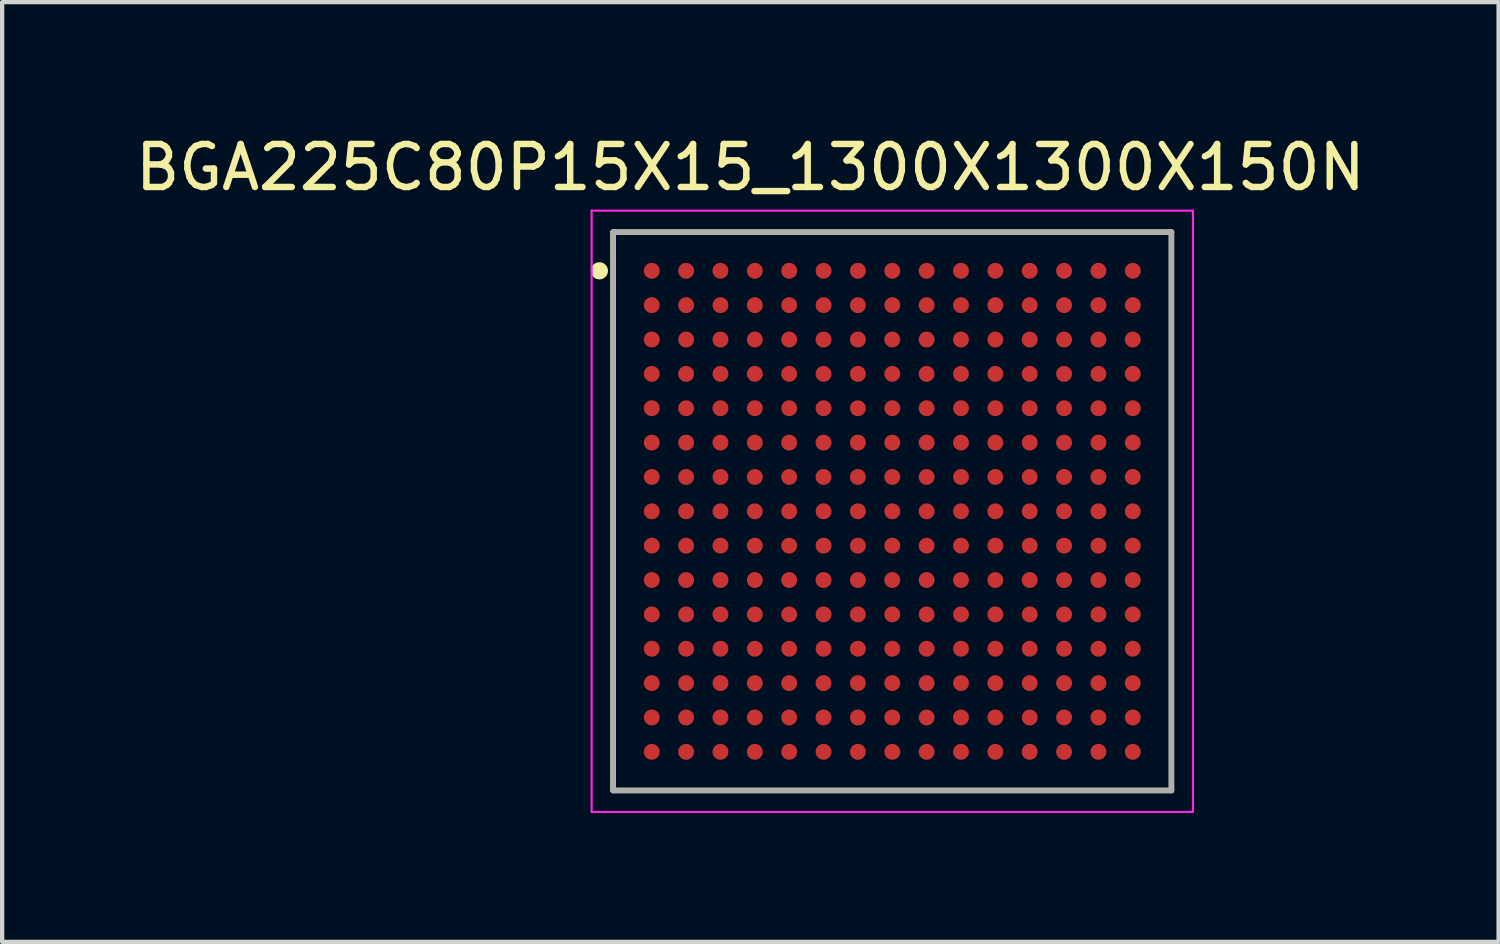
<source format=kicad_pcb>
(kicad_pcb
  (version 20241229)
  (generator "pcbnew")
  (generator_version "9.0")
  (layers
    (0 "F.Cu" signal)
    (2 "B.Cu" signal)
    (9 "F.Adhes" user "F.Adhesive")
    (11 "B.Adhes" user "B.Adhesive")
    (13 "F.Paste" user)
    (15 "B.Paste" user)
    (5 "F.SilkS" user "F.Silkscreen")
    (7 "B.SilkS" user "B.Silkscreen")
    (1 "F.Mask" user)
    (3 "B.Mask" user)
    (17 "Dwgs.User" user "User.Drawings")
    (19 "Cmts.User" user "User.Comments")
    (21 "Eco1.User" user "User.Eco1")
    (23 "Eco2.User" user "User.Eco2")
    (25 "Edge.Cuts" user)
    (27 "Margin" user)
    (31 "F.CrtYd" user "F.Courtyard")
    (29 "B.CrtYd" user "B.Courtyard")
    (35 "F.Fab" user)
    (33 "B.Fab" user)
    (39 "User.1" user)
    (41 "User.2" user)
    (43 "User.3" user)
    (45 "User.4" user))
  (footprint "BGA225C80P15X15_1300X1300X150N"
    (layer "F.Cu")
    (at 17.725 8.855)
    (property "Reference" "BGA225C80P15X15_1300X1300X150N" (at -3.304 -8.007 0) (layer "F.SilkS") (effects (font (size 1.001 1.001) (thickness 0.15))))
    (attr smd)
    (fp_line (start -6.5 -6.5) (end 6.5 -6.5) (stroke (width 0.127) (type solid)) (layer "F.SilkS"))
    (fp_line (start -6.5 6.5) (end -6.5 -6.5) (stroke (width 0.127) (type solid)) (layer "F.SilkS"))
    (fp_line (start 6.5 -6.5) (end 6.5 6.5) (stroke (width 0.127) (type solid)) (layer "F.SilkS"))
    (fp_line (start 6.5 6.5) (end -6.5 6.5) (stroke (width 0.127) (type solid)) (layer "F.SilkS"))
    (fp_circle (center -6.819 -5.6) (end -6.719 -5.6) (stroke (width 0.2) (type solid)) (fill no) (layer "F.SilkS"))
    (fp_line (start -7 -7) (end 7 -7) (stroke (width 0.05) (type solid)) (layer "F.CrtYd"))
    (fp_line (start -7 7) (end -7 -7) (stroke (width 0.05) (type solid)) (layer "F.CrtYd"))
    (fp_line (start 7 -7) (end 7 7) (stroke (width 0.05) (type solid)) (layer "F.CrtYd"))
    (fp_line (start 7 7) (end -7 7) (stroke (width 0.05) (type solid)) (layer "F.CrtYd"))
    (fp_line (start -6.5 -6.5) (end 6.5 -6.5) (stroke (width 0.127) (type solid)) (layer "F.Fab"))
    (fp_line (start -6.5 6.5) (end -6.5 -6.5) (stroke (width 0.127) (type solid)) (layer "F.Fab"))
    (fp_line (start 6.5 -6.5) (end 6.5 6.5) (stroke (width 0.127) (type solid)) (layer "F.Fab"))
    (fp_line (start 6.5 6.5) (end -6.5 6.5) (stroke (width 0.127) (type solid)) (layer "F.Fab"))
    (pad "A1" smd circle (at -5.6 -5.6) (size 0.37 0.37) (layers "F.Cu" "F.Mask" "F.Paste"))
    (pad "A2" smd circle (at -4.8 -5.6) (size 0.37 0.37) (layers "F.Cu" "F.Mask" "F.Paste"))
    (pad "A3" smd circle (at -4 -5.6) (size 0.37 0.37) (layers "F.Cu" "F.Mask" "F.Paste"))
    (pad "A4" smd circle (at -3.2 -5.6) (size 0.37 0.37) (layers "F.Cu" "F.Mask" "F.Paste"))
    (pad "A5" smd circle (at -2.4 -5.6) (size 0.37 0.37) (layers "F.Cu" "F.Mask" "F.Paste"))
    (pad "A6" smd circle (at -1.6 -5.6) (size 0.37 0.37) (layers "F.Cu" "F.Mask" "F.Paste"))
    (pad "A7" smd circle (at -0.8 -5.6) (size 0.37 0.37) (layers "F.Cu" "F.Mask" "F.Paste"))
    (pad "A8" smd circle (at 0 -5.6) (size 0.37 0.37) (layers "F.Cu" "F.Mask" "F.Paste"))
    (pad "A9" smd circle (at 0.8 -5.6) (size 0.37 0.37) (layers "F.Cu" "F.Mask" "F.Paste"))
    (pad "A10" smd circle (at 1.6 -5.6) (size 0.37 0.37) (layers "F.Cu" "F.Mask" "F.Paste"))
    (pad "A11" smd circle (at 2.4 -5.6) (size 0.37 0.37) (layers "F.Cu" "F.Mask" "F.Paste"))
    (pad "A12" smd circle (at 3.2 -5.6) (size 0.37 0.37) (layers "F.Cu" "F.Mask" "F.Paste"))
    (pad "A13" smd circle (at 4 -5.6) (size 0.37 0.37) (layers "F.Cu" "F.Mask" "F.Paste"))
    (pad "A14" smd circle (at 4.8 -5.6) (size 0.37 0.37) (layers "F.Cu" "F.Mask" "F.Paste"))
    (pad "A15" smd circle (at 5.6 -5.6) (size 0.37 0.37) (layers "F.Cu" "F.Mask" "F.Paste"))
    (pad "B1" smd circle (at -5.6 -4.8) (size 0.37 0.37) (layers "F.Cu" "F.Mask" "F.Paste"))
    (pad "B2" smd circle (at -4.8 -4.8) (size 0.37 0.37) (layers "F.Cu" "F.Mask" "F.Paste"))
    (pad "B3" smd circle (at -4 -4.8) (size 0.37 0.37) (layers "F.Cu" "F.Mask" "F.Paste"))
    (pad "B4" smd circle (at -3.2 -4.8) (size 0.37 0.37) (layers "F.Cu" "F.Mask" "F.Paste"))
    (pad "B5" smd circle (at -2.4 -4.8) (size 0.37 0.37) (layers "F.Cu" "F.Mask" "F.Paste"))
    (pad "B6" smd circle (at -1.6 -4.8) (size 0.37 0.37) (layers "F.Cu" "F.Mask" "F.Paste"))
    (pad "B7" smd circle (at -0.8 -4.8) (size 0.37 0.37) (layers "F.Cu" "F.Mask" "F.Paste"))
    (pad "B8" smd circle (at 0 -4.8) (size 0.37 0.37) (layers "F.Cu" "F.Mask" "F.Paste"))
    (pad "B9" smd circle (at 0.8 -4.8) (size 0.37 0.37) (layers "F.Cu" "F.Mask" "F.Paste"))
    (pad "B10" smd circle (at 1.6 -4.8) (size 0.37 0.37) (layers "F.Cu" "F.Mask" "F.Paste"))
    (pad "B11" smd circle (at 2.4 -4.8) (size 0.37 0.37) (layers "F.Cu" "F.Mask" "F.Paste"))
    (pad "B12" smd circle (at 3.2 -4.8) (size 0.37 0.37) (layers "F.Cu" "F.Mask" "F.Paste"))
    (pad "B13" smd circle (at 4 -4.8) (size 0.37 0.37) (layers "F.Cu" "F.Mask" "F.Paste"))
    (pad "B14" smd circle (at 4.8 -4.8) (size 0.37 0.37) (layers "F.Cu" "F.Mask" "F.Paste"))
    (pad "B15" smd circle (at 5.6 -4.8) (size 0.37 0.37) (layers "F.Cu" "F.Mask" "F.Paste"))
    (pad "C1" smd circle (at -5.6 -4) (size 0.37 0.37) (layers "F.Cu" "F.Mask" "F.Paste"))
    (pad "C2" smd circle (at -4.8 -4) (size 0.37 0.37) (layers "F.Cu" "F.Mask" "F.Paste"))
    (pad "C3" smd circle (at -4 -4) (size 0.37 0.37) (layers "F.Cu" "F.Mask" "F.Paste"))
    (pad "C4" smd circle (at -3.2 -4) (size 0.37 0.37) (layers "F.Cu" "F.Mask" "F.Paste"))
    (pad "C5" smd circle (at -2.4 -4) (size 0.37 0.37) (layers "F.Cu" "F.Mask" "F.Paste"))
    (pad "C6" smd circle (at -1.6 -4) (size 0.37 0.37) (layers "F.Cu" "F.Mask" "F.Paste"))
    (pad "C7" smd circle (at -0.8 -4) (size 0.37 0.37) (layers "F.Cu" "F.Mask" "F.Paste"))
    (pad "C8" smd circle (at 0 -4) (size 0.37 0.37) (layers "F.Cu" "F.Mask" "F.Paste"))
    (pad "C9" smd circle (at 0.8 -4) (size 0.37 0.37) (layers "F.Cu" "F.Mask" "F.Paste"))
    (pad "C10" smd circle (at 1.6 -4) (size 0.37 0.37) (layers "F.Cu" "F.Mask" "F.Paste"))
    (pad "C11" smd circle (at 2.4 -4) (size 0.37 0.37) (layers "F.Cu" "F.Mask" "F.Paste"))
    (pad "C12" smd circle (at 3.2 -4) (size 0.37 0.37) (layers "F.Cu" "F.Mask" "F.Paste"))
    (pad "C13" smd circle (at 4 -4) (size 0.37 0.37) (layers "F.Cu" "F.Mask" "F.Paste"))
    (pad "C14" smd circle (at 4.8 -4) (size 0.37 0.37) (layers "F.Cu" "F.Mask" "F.Paste"))
    (pad "C15" smd circle (at 5.6 -4) (size 0.37 0.37) (layers "F.Cu" "F.Mask" "F.Paste"))
    (pad "D1" smd circle (at -5.6 -3.2) (size 0.37 0.37) (layers "F.Cu" "F.Mask" "F.Paste"))
    (pad "D2" smd circle (at -4.8 -3.2) (size 0.37 0.37) (layers "F.Cu" "F.Mask" "F.Paste"))
    (pad "D3" smd circle (at -4 -3.2) (size 0.37 0.37) (layers "F.Cu" "F.Mask" "F.Paste"))
    (pad "D4" smd circle (at -3.2 -3.2) (size 0.37 0.37) (layers "F.Cu" "F.Mask" "F.Paste"))
    (pad "D5" smd circle (at -2.4 -3.2) (size 0.37 0.37) (layers "F.Cu" "F.Mask" "F.Paste"))
    (pad "D6" smd circle (at -1.6 -3.2) (size 0.37 0.37) (layers "F.Cu" "F.Mask" "F.Paste"))
    (pad "D7" smd circle (at -0.8 -3.2) (size 0.37 0.37) (layers "F.Cu" "F.Mask" "F.Paste"))
    (pad "D8" smd circle (at 0 -3.2) (size 0.37 0.37) (layers "F.Cu" "F.Mask" "F.Paste"))
    (pad "D9" smd circle (at 0.8 -3.2) (size 0.37 0.37) (layers "F.Cu" "F.Mask" "F.Paste"))
    (pad "D10" smd circle (at 1.6 -3.2) (size 0.37 0.37) (layers "F.Cu" "F.Mask" "F.Paste"))
    (pad "D11" smd circle (at 2.4 -3.2) (size 0.37 0.37) (layers "F.Cu" "F.Mask" "F.Paste"))
    (pad "D12" smd circle (at 3.2 -3.2) (size 0.37 0.37) (layers "F.Cu" "F.Mask" "F.Paste"))
    (pad "D13" smd circle (at 4 -3.2) (size 0.37 0.37) (layers "F.Cu" "F.Mask" "F.Paste"))
    (pad "D14" smd circle (at 4.8 -3.2) (size 0.37 0.37) (layers "F.Cu" "F.Mask" "F.Paste"))
    (pad "D15" smd circle (at 5.6 -3.2) (size 0.37 0.37) (layers "F.Cu" "F.Mask" "F.Paste"))
    (pad "E1" smd circle (at -5.6 -2.4) (size 0.37 0.37) (layers "F.Cu" "F.Mask" "F.Paste"))
    (pad "E2" smd circle (at -4.8 -2.4) (size 0.37 0.37) (layers "F.Cu" "F.Mask" "F.Paste"))
    (pad "E3" smd circle (at -4 -2.4) (size 0.37 0.37) (layers "F.Cu" "F.Mask" "F.Paste"))
    (pad "E4" smd circle (at -3.2 -2.4) (size 0.37 0.37) (layers "F.Cu" "F.Mask" "F.Paste"))
    (pad "E5" smd circle (at -2.4 -2.4) (size 0.37 0.37) (layers "F.Cu" "F.Mask" "F.Paste"))
    (pad "E6" smd circle (at -1.6 -2.4) (size 0.37 0.37) (layers "F.Cu" "F.Mask" "F.Paste"))
    (pad "E7" smd circle (at -0.8 -2.4) (size 0.37 0.37) (layers "F.Cu" "F.Mask" "F.Paste"))
    (pad "E8" smd circle (at 0 -2.4) (size 0.37 0.37) (layers "F.Cu" "F.Mask" "F.Paste"))
    (pad "E9" smd circle (at 0.8 -2.4) (size 0.37 0.37) (layers "F.Cu" "F.Mask" "F.Paste"))
    (pad "E10" smd circle (at 1.6 -2.4) (size 0.37 0.37) (layers "F.Cu" "F.Mask" "F.Paste"))
    (pad "E11" smd circle (at 2.4 -2.4) (size 0.37 0.37) (layers "F.Cu" "F.Mask" "F.Paste"))
    (pad "E12" smd circle (at 3.2 -2.4) (size 0.37 0.37) (layers "F.Cu" "F.Mask" "F.Paste"))
    (pad "E13" smd circle (at 4 -2.4) (size 0.37 0.37) (layers "F.Cu" "F.Mask" "F.Paste"))
    (pad "E14" smd circle (at 4.8 -2.4) (size 0.37 0.37) (layers "F.Cu" "F.Mask" "F.Paste"))
    (pad "E15" smd circle (at 5.6 -2.4) (size 0.37 0.37) (layers "F.Cu" "F.Mask" "F.Paste"))
    (pad "F1" smd circle (at -5.6 -1.6) (size 0.37 0.37) (layers "F.Cu" "F.Mask" "F.Paste"))
    (pad "F2" smd circle (at -4.8 -1.6) (size 0.37 0.37) (layers "F.Cu" "F.Mask" "F.Paste"))
    (pad "F3" smd circle (at -4 -1.6) (size 0.37 0.37) (layers "F.Cu" "F.Mask" "F.Paste"))
    (pad "F4" smd circle (at -3.2 -1.6) (size 0.37 0.37) (layers "F.Cu" "F.Mask" "F.Paste"))
    (pad "F5" smd circle (at -2.4 -1.6) (size 0.37 0.37) (layers "F.Cu" "F.Mask" "F.Paste"))
    (pad "F6" smd circle (at -1.6 -1.6) (size 0.37 0.37) (layers "F.Cu" "F.Mask" "F.Paste"))
    (pad "F7" smd circle (at -0.8 -1.6) (size 0.37 0.37) (layers "F.Cu" "F.Mask" "F.Paste"))
    (pad "F8" smd circle (at 0 -1.6) (size 0.37 0.37) (layers "F.Cu" "F.Mask" "F.Paste"))
    (pad "F9" smd circle (at 0.8 -1.6) (size 0.37 0.37) (layers "F.Cu" "F.Mask" "F.Paste"))
    (pad "F10" smd circle (at 1.6 -1.6) (size 0.37 0.37) (layers "F.Cu" "F.Mask" "F.Paste"))
    (pad "F11" smd circle (at 2.4 -1.6) (size 0.37 0.37) (layers "F.Cu" "F.Mask" "F.Paste"))
    (pad "F12" smd circle (at 3.2 -1.6) (size 0.37 0.37) (layers "F.Cu" "F.Mask" "F.Paste"))
    (pad "F13" smd circle (at 4 -1.6) (size 0.37 0.37) (layers "F.Cu" "F.Mask" "F.Paste"))
    (pad "F14" smd circle (at 4.8 -1.6) (size 0.37 0.37) (layers "F.Cu" "F.Mask" "F.Paste"))
    (pad "F15" smd circle (at 5.6 -1.6) (size 0.37 0.37) (layers "F.Cu" "F.Mask" "F.Paste"))
    (pad "G1" smd circle (at -5.6 -0.8) (size 0.37 0.37) (layers "F.Cu" "F.Mask" "F.Paste"))
    (pad "G2" smd circle (at -4.8 -0.8) (size 0.37 0.37) (layers "F.Cu" "F.Mask" "F.Paste"))
    (pad "G3" smd circle (at -4 -0.8) (size 0.37 0.37) (layers "F.Cu" "F.Mask" "F.Paste"))
    (pad "G4" smd circle (at -3.2 -0.8) (size 0.37 0.37) (layers "F.Cu" "F.Mask" "F.Paste"))
    (pad "G5" smd circle (at -2.4 -0.8) (size 0.37 0.37) (layers "F.Cu" "F.Mask" "F.Paste"))
    (pad "G6" smd circle (at -1.6 -0.8) (size 0.37 0.37) (layers "F.Cu" "F.Mask" "F.Paste"))
    (pad "G7" smd circle (at -0.8 -0.8) (size 0.37 0.37) (layers "F.Cu" "F.Mask" "F.Paste"))
    (pad "G8" smd circle (at 0 -0.8) (size 0.37 0.37) (layers "F.Cu" "F.Mask" "F.Paste"))
    (pad "G9" smd circle (at 0.8 -0.8) (size 0.37 0.37) (layers "F.Cu" "F.Mask" "F.Paste"))
    (pad "G10" smd circle (at 1.6 -0.8) (size 0.37 0.37) (layers "F.Cu" "F.Mask" "F.Paste"))
    (pad "G11" smd circle (at 2.4 -0.8) (size 0.37 0.37) (layers "F.Cu" "F.Mask" "F.Paste"))
    (pad "G12" smd circle (at 3.2 -0.8) (size 0.37 0.37) (layers "F.Cu" "F.Mask" "F.Paste"))
    (pad "G13" smd circle (at 4 -0.8) (size 0.37 0.37) (layers "F.Cu" "F.Mask" "F.Paste"))
    (pad "G14" smd circle (at 4.8 -0.8) (size 0.37 0.37) (layers "F.Cu" "F.Mask" "F.Paste"))
    (pad "G15" smd circle (at 5.6 -0.8) (size 0.37 0.37) (layers "F.Cu" "F.Mask" "F.Paste"))
    (pad "H1" smd circle (at -5.6 0) (size 0.37 0.37) (layers "F.Cu" "F.Mask" "F.Paste"))
    (pad "H2" smd circle (at -4.8 0) (size 0.37 0.37) (layers "F.Cu" "F.Mask" "F.Paste"))
    (pad "H3" smd circle (at -4 0) (size 0.37 0.37) (layers "F.Cu" "F.Mask" "F.Paste"))
    (pad "H4" smd circle (at -3.2 0) (size 0.37 0.37) (layers "F.Cu" "F.Mask" "F.Paste"))
    (pad "H5" smd circle (at -2.4 0) (size 0.37 0.37) (layers "F.Cu" "F.Mask" "F.Paste"))
    (pad "H6" smd circle (at -1.6 0) (size 0.37 0.37) (layers "F.Cu" "F.Mask" "F.Paste"))
    (pad "H7" smd circle (at -0.8 0) (size 0.37 0.37) (layers "F.Cu" "F.Mask" "F.Paste"))
    (pad "H8" smd circle (at 0 0) (size 0.37 0.37) (layers "F.Cu" "F.Mask" "F.Paste"))
    (pad "H9" smd circle (at 0.8 0) (size 0.37 0.37) (layers "F.Cu" "F.Mask" "F.Paste"))
    (pad "H10" smd circle (at 1.6 0) (size 0.37 0.37) (layers "F.Cu" "F.Mask" "F.Paste"))
    (pad "H11" smd circle (at 2.4 0) (size 0.37 0.37) (layers "F.Cu" "F.Mask" "F.Paste"))
    (pad "H12" smd circle (at 3.2 0) (size 0.37 0.37) (layers "F.Cu" "F.Mask" "F.Paste"))
    (pad "H13" smd circle (at 4 0) (size 0.37 0.37) (layers "F.Cu" "F.Mask" "F.Paste"))
    (pad "H14" smd circle (at 4.8 0) (size 0.37 0.37) (layers "F.Cu" "F.Mask" "F.Paste"))
    (pad "H15" smd circle (at 5.6 0) (size 0.37 0.37) (layers "F.Cu" "F.Mask" "F.Paste"))
    (pad "J1" smd circle (at -5.6 0.8) (size 0.37 0.37) (layers "F.Cu" "F.Mask" "F.Paste"))
    (pad "J2" smd circle (at -4.8 0.8) (size 0.37 0.37) (layers "F.Cu" "F.Mask" "F.Paste"))
    (pad "J3" smd circle (at -4 0.8) (size 0.37 0.37) (layers "F.Cu" "F.Mask" "F.Paste"))
    (pad "J4" smd circle (at -3.2 0.8) (size 0.37 0.37) (layers "F.Cu" "F.Mask" "F.Paste"))
    (pad "J5" smd circle (at -2.4 0.8) (size 0.37 0.37) (layers "F.Cu" "F.Mask" "F.Paste"))
    (pad "J6" smd circle (at -1.6 0.8) (size 0.37 0.37) (layers "F.Cu" "F.Mask" "F.Paste"))
    (pad "J7" smd circle (at -0.8 0.8) (size 0.37 0.37) (layers "F.Cu" "F.Mask" "F.Paste"))
    (pad "J8" smd circle (at 0 0.8) (size 0.37 0.37) (layers "F.Cu" "F.Mask" "F.Paste"))
    (pad "J9" smd circle (at 0.8 0.8) (size 0.37 0.37) (layers "F.Cu" "F.Mask" "F.Paste"))
    (pad "J10" smd circle (at 1.6 0.8) (size 0.37 0.37) (layers "F.Cu" "F.Mask" "F.Paste"))
    (pad "J11" smd circle (at 2.4 0.8) (size 0.37 0.37) (layers "F.Cu" "F.Mask" "F.Paste"))
    (pad "J12" smd circle (at 3.2 0.8) (size 0.37 0.37) (layers "F.Cu" "F.Mask" "F.Paste"))
    (pad "J13" smd circle (at 4 0.8) (size 0.37 0.37) (layers "F.Cu" "F.Mask" "F.Paste"))
    (pad "J14" smd circle (at 4.8 0.8) (size 0.37 0.37) (layers "F.Cu" "F.Mask" "F.Paste"))
    (pad "J15" smd circle (at 5.6 0.8) (size 0.37 0.37) (layers "F.Cu" "F.Mask" "F.Paste"))
    (pad "K1" smd circle (at -5.6 1.6) (size 0.37 0.37) (layers "F.Cu" "F.Mask" "F.Paste"))
    (pad "K2" smd circle (at -4.8 1.6) (size 0.37 0.37) (layers "F.Cu" "F.Mask" "F.Paste"))
    (pad "K3" smd circle (at -4 1.6) (size 0.37 0.37) (layers "F.Cu" "F.Mask" "F.Paste"))
    (pad "K4" smd circle (at -3.2 1.6) (size 0.37 0.37) (layers "F.Cu" "F.Mask" "F.Paste"))
    (pad "K5" smd circle (at -2.4 1.6) (size 0.37 0.37) (layers "F.Cu" "F.Mask" "F.Paste"))
    (pad "K6" smd circle (at -1.6 1.6) (size 0.37 0.37) (layers "F.Cu" "F.Mask" "F.Paste"))
    (pad "K7" smd circle (at -0.8 1.6) (size 0.37 0.37) (layers "F.Cu" "F.Mask" "F.Paste"))
    (pad "K8" smd circle (at 0 1.6) (size 0.37 0.37) (layers "F.Cu" "F.Mask" "F.Paste"))
    (pad "K9" smd circle (at 0.8 1.6) (size 0.37 0.37) (layers "F.Cu" "F.Mask" "F.Paste"))
    (pad "K10" smd circle (at 1.6 1.6) (size 0.37 0.37) (layers "F.Cu" "F.Mask" "F.Paste"))
    (pad "K11" smd circle (at 2.4 1.6) (size 0.37 0.37) (layers "F.Cu" "F.Mask" "F.Paste"))
    (pad "K12" smd circle (at 3.2 1.6) (size 0.37 0.37) (layers "F.Cu" "F.Mask" "F.Paste"))
    (pad "K13" smd circle (at 4 1.6) (size 0.37 0.37) (layers "F.Cu" "F.Mask" "F.Paste"))
    (pad "K14" smd circle (at 4.8 1.6) (size 0.37 0.37) (layers "F.Cu" "F.Mask" "F.Paste"))
    (pad "K15" smd circle (at 5.6 1.6) (size 0.37 0.37) (layers "F.Cu" "F.Mask" "F.Paste"))
    (pad "L1" smd circle (at -5.6 2.4) (size 0.37 0.37) (layers "F.Cu" "F.Mask" "F.Paste"))
    (pad "L2" smd circle (at -4.8 2.4) (size 0.37 0.37) (layers "F.Cu" "F.Mask" "F.Paste"))
    (pad "L3" smd circle (at -4 2.4) (size 0.37 0.37) (layers "F.Cu" "F.Mask" "F.Paste"))
    (pad "L4" smd circle (at -3.2 2.4) (size 0.37 0.37) (layers "F.Cu" "F.Mask" "F.Paste"))
    (pad "L5" smd circle (at -2.4 2.4) (size 0.37 0.37) (layers "F.Cu" "F.Mask" "F.Paste"))
    (pad "L6" smd circle (at -1.6 2.4) (size 0.37 0.37) (layers "F.Cu" "F.Mask" "F.Paste"))
    (pad "L7" smd circle (at -0.8 2.4) (size 0.37 0.37) (layers "F.Cu" "F.Mask" "F.Paste"))
    (pad "L8" smd circle (at 0 2.4) (size 0.37 0.37) (layers "F.Cu" "F.Mask" "F.Paste"))
    (pad "L9" smd circle (at 0.8 2.4) (size 0.37 0.37) (layers "F.Cu" "F.Mask" "F.Paste"))
    (pad "L10" smd circle (at 1.6 2.4) (size 0.37 0.37) (layers "F.Cu" "F.Mask" "F.Paste"))
    (pad "L11" smd circle (at 2.4 2.4) (size 0.37 0.37) (layers "F.Cu" "F.Mask" "F.Paste"))
    (pad "L12" smd circle (at 3.2 2.4) (size 0.37 0.37) (layers "F.Cu" "F.Mask" "F.Paste"))
    (pad "L13" smd circle (at 4 2.4) (size 0.37 0.37) (layers "F.Cu" "F.Mask" "F.Paste"))
    (pad "L14" smd circle (at 4.8 2.4) (size 0.37 0.37) (layers "F.Cu" "F.Mask" "F.Paste"))
    (pad "L15" smd circle (at 5.6 2.4) (size 0.37 0.37) (layers "F.Cu" "F.Mask" "F.Paste"))
    (pad "M1" smd circle (at -5.6 3.2) (size 0.37 0.37) (layers "F.Cu" "F.Mask" "F.Paste"))
    (pad "M2" smd circle (at -4.8 3.2) (size 0.37 0.37) (layers "F.Cu" "F.Mask" "F.Paste"))
    (pad "M3" smd circle (at -4 3.2) (size 0.37 0.37) (layers "F.Cu" "F.Mask" "F.Paste"))
    (pad "M4" smd circle (at -3.2 3.2) (size 0.37 0.37) (layers "F.Cu" "F.Mask" "F.Paste"))
    (pad "M5" smd circle (at -2.4 3.2) (size 0.37 0.37) (layers "F.Cu" "F.Mask" "F.Paste"))
    (pad "M6" smd circle (at -1.6 3.2) (size 0.37 0.37) (layers "F.Cu" "F.Mask" "F.Paste"))
    (pad "M7" smd circle (at -0.8 3.2) (size 0.37 0.37) (layers "F.Cu" "F.Mask" "F.Paste"))
    (pad "M8" smd circle (at 0 3.2) (size 0.37 0.37) (layers "F.Cu" "F.Mask" "F.Paste"))
    (pad "M9" smd circle (at 0.8 3.2) (size 0.37 0.37) (layers "F.Cu" "F.Mask" "F.Paste"))
    (pad "M10" smd circle (at 1.6 3.2) (size 0.37 0.37) (layers "F.Cu" "F.Mask" "F.Paste"))
    (pad "M11" smd circle (at 2.4 3.2) (size 0.37 0.37) (layers "F.Cu" "F.Mask" "F.Paste"))
    (pad "M12" smd circle (at 3.2 3.2) (size 0.37 0.37) (layers "F.Cu" "F.Mask" "F.Paste"))
    (pad "M13" smd circle (at 4 3.2) (size 0.37 0.37) (layers "F.Cu" "F.Mask" "F.Paste"))
    (pad "M14" smd circle (at 4.8 3.2) (size 0.37 0.37) (layers "F.Cu" "F.Mask" "F.Paste"))
    (pad "M15" smd circle (at 5.6 3.2) (size 0.37 0.37) (layers "F.Cu" "F.Mask" "F.Paste"))
    (pad "N1" smd circle (at -5.6 4) (size 0.37 0.37) (layers "F.Cu" "F.Mask" "F.Paste"))
    (pad "N2" smd circle (at -4.8 4) (size 0.37 0.37) (layers "F.Cu" "F.Mask" "F.Paste"))
    (pad "N3" smd circle (at -4 4) (size 0.37 0.37) (layers "F.Cu" "F.Mask" "F.Paste"))
    (pad "N4" smd circle (at -3.2 4) (size 0.37 0.37) (layers "F.Cu" "F.Mask" "F.Paste"))
    (pad "N5" smd circle (at -2.4 4) (size 0.37 0.37) (layers "F.Cu" "F.Mask" "F.Paste"))
    (pad "N6" smd circle (at -1.6 4) (size 0.37 0.37) (layers "F.Cu" "F.Mask" "F.Paste"))
    (pad "N7" smd circle (at -0.8 4) (size 0.37 0.37) (layers "F.Cu" "F.Mask" "F.Paste"))
    (pad "N8" smd circle (at 0 4) (size 0.37 0.37) (layers "F.Cu" "F.Mask" "F.Paste"))
    (pad "N9" smd circle (at 0.8 4) (size 0.37 0.37) (layers "F.Cu" "F.Mask" "F.Paste"))
    (pad "N10" smd circle (at 1.6 4) (size 0.37 0.37) (layers "F.Cu" "F.Mask" "F.Paste"))
    (pad "N11" smd circle (at 2.4 4) (size 0.37 0.37) (layers "F.Cu" "F.Mask" "F.Paste"))
    (pad "N12" smd circle (at 3.2 4) (size 0.37 0.37) (layers "F.Cu" "F.Mask" "F.Paste"))
    (pad "N13" smd circle (at 4 4) (size 0.37 0.37) (layers "F.Cu" "F.Mask" "F.Paste"))
    (pad "N14" smd circle (at 4.8 4) (size 0.37 0.37) (layers "F.Cu" "F.Mask" "F.Paste"))
    (pad "N15" smd circle (at 5.6 4) (size 0.37 0.37) (layers "F.Cu" "F.Mask" "F.Paste"))
    (pad "P1" smd circle (at -5.6 4.8) (size 0.37 0.37) (layers "F.Cu" "F.Mask" "F.Paste"))
    (pad "P2" smd circle (at -4.8 4.8) (size 0.37 0.37) (layers "F.Cu" "F.Mask" "F.Paste"))
    (pad "P3" smd circle (at -4 4.8) (size 0.37 0.37) (layers "F.Cu" "F.Mask" "F.Paste"))
    (pad "P4" smd circle (at -3.2 4.8) (size 0.37 0.37) (layers "F.Cu" "F.Mask" "F.Paste"))
    (pad "P5" smd circle (at -2.4 4.8) (size 0.37 0.37) (layers "F.Cu" "F.Mask" "F.Paste"))
    (pad "P6" smd circle (at -1.6 4.8) (size 0.37 0.37) (layers "F.Cu" "F.Mask" "F.Paste"))
    (pad "P7" smd circle (at -0.8 4.8) (size 0.37 0.37) (layers "F.Cu" "F.Mask" "F.Paste"))
    (pad "P8" smd circle (at 0 4.8) (size 0.37 0.37) (layers "F.Cu" "F.Mask" "F.Paste"))
    (pad "P9" smd circle (at 0.8 4.8) (size 0.37 0.37) (layers "F.Cu" "F.Mask" "F.Paste"))
    (pad "P10" smd circle (at 1.6 4.8) (size 0.37 0.37) (layers "F.Cu" "F.Mask" "F.Paste"))
    (pad "P11" smd circle (at 2.4 4.8) (size 0.37 0.37) (layers "F.Cu" "F.Mask" "F.Paste"))
    (pad "P12" smd circle (at 3.2 4.8) (size 0.37 0.37) (layers "F.Cu" "F.Mask" "F.Paste"))
    (pad "P13" smd circle (at 4 4.8) (size 0.37 0.37) (layers "F.Cu" "F.Mask" "F.Paste"))
    (pad "P14" smd circle (at 4.8 4.8) (size 0.37 0.37) (layers "F.Cu" "F.Mask" "F.Paste"))
    (pad "P15" smd circle (at 5.6 4.8) (size 0.37 0.37) (layers "F.Cu" "F.Mask" "F.Paste"))
    (pad "R1" smd circle (at -5.6 5.6) (size 0.37 0.37) (layers "F.Cu" "F.Mask" "F.Paste"))
    (pad "R2" smd circle (at -4.8 5.6) (size 0.37 0.37) (layers "F.Cu" "F.Mask" "F.Paste"))
    (pad "R3" smd circle (at -4 5.6) (size 0.37 0.37) (layers "F.Cu" "F.Mask" "F.Paste"))
    (pad "R4" smd circle (at -3.2 5.6) (size 0.37 0.37) (layers "F.Cu" "F.Mask" "F.Paste"))
    (pad "R5" smd circle (at -2.4 5.6) (size 0.37 0.37) (layers "F.Cu" "F.Mask" "F.Paste"))
    (pad "R6" smd circle (at -1.6 5.6) (size 0.37 0.37) (layers "F.Cu" "F.Mask" "F.Paste"))
    (pad "R7" smd circle (at -0.8 5.6) (size 0.37 0.37) (layers "F.Cu" "F.Mask" "F.Paste"))
    (pad "R8" smd circle (at 0 5.6) (size 0.37 0.37) (layers "F.Cu" "F.Mask" "F.Paste"))
    (pad "R9" smd circle (at 0.8 5.6) (size 0.37 0.37) (layers "F.Cu" "F.Mask" "F.Paste"))
    (pad "R10" smd circle (at 1.6 5.6) (size 0.37 0.37) (layers "F.Cu" "F.Mask" "F.Paste"))
    (pad "R11" smd circle (at 2.4 5.6) (size 0.37 0.37) (layers "F.Cu" "F.Mask" "F.Paste"))
    (pad "R12" smd circle (at 3.2 5.6) (size 0.37 0.37) (layers "F.Cu" "F.Mask" "F.Paste"))
    (pad "R13" smd circle (at 4 5.6) (size 0.37 0.37) (layers "F.Cu" "F.Mask" "F.Paste"))
    (pad "R14" smd circle (at 4.8 5.6) (size 0.37 0.37) (layers "F.Cu" "F.Mask" "F.Paste"))
    (pad "R15" smd circle (at 5.6 5.6) (size 0.37 0.37) (layers "F.Cu" "F.Mask" "F.Paste")))
  (gr_rect
    (start -3 -3)
    (end 31.842 18.88)
    (stroke (width 0.1) (type default))
    (fill no)
    (layer "Edge.Cuts")))
</source>
